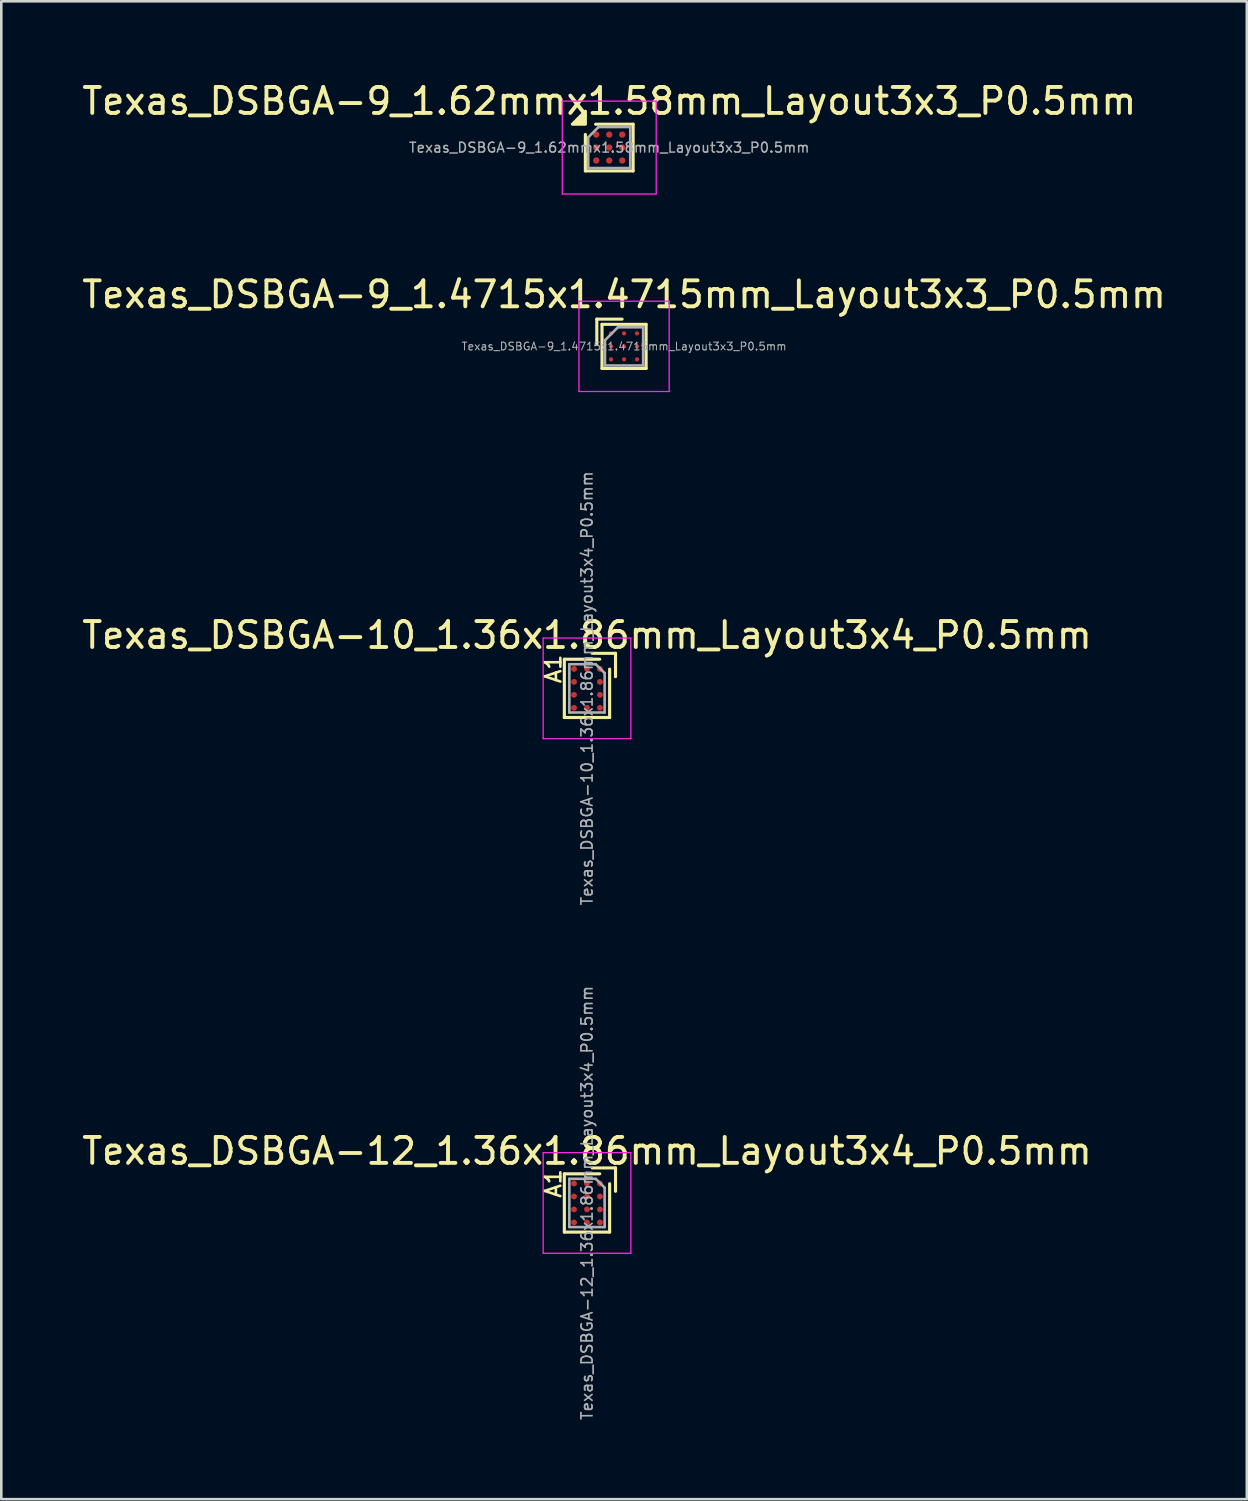
<source format=kicad_pcb>
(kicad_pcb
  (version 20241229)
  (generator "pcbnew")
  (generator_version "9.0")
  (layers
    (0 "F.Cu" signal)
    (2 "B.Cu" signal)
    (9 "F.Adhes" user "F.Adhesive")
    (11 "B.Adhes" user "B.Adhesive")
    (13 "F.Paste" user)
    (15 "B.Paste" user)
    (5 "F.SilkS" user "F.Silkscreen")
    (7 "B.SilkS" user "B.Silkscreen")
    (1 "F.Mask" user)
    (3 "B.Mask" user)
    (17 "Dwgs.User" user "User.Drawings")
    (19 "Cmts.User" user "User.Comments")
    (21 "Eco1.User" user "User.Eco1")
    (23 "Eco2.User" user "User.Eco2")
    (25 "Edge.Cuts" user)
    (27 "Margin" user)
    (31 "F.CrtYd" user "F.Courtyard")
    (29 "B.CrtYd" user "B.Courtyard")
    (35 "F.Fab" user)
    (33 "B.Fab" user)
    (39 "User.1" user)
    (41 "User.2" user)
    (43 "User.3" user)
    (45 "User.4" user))
  (footprint "Texas_DSBGA-10_1.36x1.86mm_Layout3x4_P0.5mm"
    (layer "F.Cu")
    (at 19.577 23.485)
    (property "Reference" "Texas_DSBGA-10_1.36x1.86mm_Layout3x4_P0.5mm" (at 0 -2.05 0) (layer "F.SilkS") (effects (font (size 1 1) (thickness 0.15))))
    (attr smd)
    (fp_line (start -0.873 -1.123) (end -0.873 1.123) (stroke (width 0.12) (type solid)) (layer "F.SilkS"))
    (fp_line (start -0.873 -1.123) (end 0.491 -1.123) (stroke (width 0.12) (type solid)) (layer "F.SilkS"))
    (fp_line (start 0.2 -1.35) (end 1.1 -1.35) (stroke (width 0.12) (type solid)) (layer "F.SilkS"))
    (fp_line (start 0.873 1.123) (end -0.873 1.123) (stroke (width 0.12) (type solid)) (layer "F.SilkS"))
    (fp_line (start 0.873 1.123) (end 0.873 -0.741) (stroke (width 0.12) (type solid)) (layer "F.SilkS"))
    (fp_line (start 1.1 -0.45) (end 1.1 -1.35) (stroke (width 0.12) (type solid)) (layer "F.SilkS"))
    (fp_line (start -1.69 -1.94) (end -1.69 1.94) (stroke (width 0.05) (type solid)) (layer "F.CrtYd"))
    (fp_line (start -1.69 1.94) (end 1.69 1.94) (stroke (width 0.05) (type solid)) (layer "F.CrtYd"))
    (fp_line (start 1.69 -1.94) (end -1.69 -1.94) (stroke (width 0.05) (type solid)) (layer "F.CrtYd"))
    (fp_line (start 1.69 1.94) (end 1.69 -1.94) (stroke (width 0.05) (type solid)) (layer "F.CrtYd"))
    (fp_line (start -0.68 -0.93) (end -0.68 0.93) (stroke (width 0.1) (type solid)) (layer "F.Fab"))
    (fp_line (start -0.68 -0.93) (end 0.34 -0.93) (stroke (width 0.1) (type solid)) (layer "F.Fab"))
    (fp_line (start 0.68 -0.59) (end 0.34 -0.93) (stroke (width 0.1) (type solid)) (layer "F.Fab"))
    (fp_line (start 0.68 0.93) (end -0.68 0.93) (stroke (width 0.1) (type solid)) (layer "F.Fab"))
    (fp_line (start 0.68 0.93) (end 0.68 -0.59) (stroke (width 0.1) (type solid)) (layer "F.Fab"))
    (fp_text user "A1" (at -1.3 -0.75 90) (unlocked yes) (layer "F.SilkS") (effects (font (size 0.6 0.6) (thickness 0.1))))
    (fp_text user "${REFERENCE}" (at 0 0 270) (layer "F.Fab") (effects (font (size 0.43 0.43) (thickness 0.065))))
    (pad "" smd roundrect (at -0.5 -0.75) (size 0.25 0.25) (layers "F.Paste") (roundrect_rratio 0.2))
    (pad "" smd roundrect (at -0.5 -0.25) (size 0.25 0.25) (layers "F.Paste") (roundrect_rratio 0.2))
    (pad "" smd roundrect (at -0.5 0.25) (size 0.25 0.25) (layers "F.Paste") (roundrect_rratio 0.2))
    (pad "" smd roundrect (at -0.5 0.75) (size 0.25 0.25) (layers "F.Paste") (roundrect_rratio 0.2))
    (pad "" smd roundrect (at 0 -0.75) (size 0.25 0.25) (layers "F.Paste") (roundrect_rratio 0.2))
    (pad "" smd roundrect (at 0 0.75) (size 0.25 0.25) (layers "F.Paste") (roundrect_rratio 0.2))
    (pad "" smd roundrect (at 0.5 -0.75) (size 0.25 0.25) (layers "F.Paste") (roundrect_rratio 0.2))
    (pad "" smd roundrect (at 0.5 -0.25) (size 0.25 0.25) (layers "F.Paste") (roundrect_rratio 0.2))
    (pad "" smd roundrect (at 0.5 0.25) (size 0.25 0.25) (layers "F.Paste") (roundrect_rratio 0.2))
    (pad "" smd roundrect (at 0.5 0.75) (size 0.25 0.25) (layers "F.Paste") (roundrect_rratio 0.2))
    (pad "A1" smd circle (at -0.5 -0.75) (size 0.225 0.225) (layers "F.Cu" "F.Mask"))
    (pad "A2" smd circle (at 0 -0.75) (size 0.225 0.225) (layers "F.Cu" "F.Mask"))
    (pad "A3" smd circle (at 0.5 -0.75) (size 0.225 0.225) (layers "F.Cu" "F.Mask"))
    (pad "B1" smd circle (at -0.5 -0.25) (size 0.225 0.225) (layers "F.Cu" "F.Mask"))
    (pad "B3" smd circle (at 0.5 -0.25) (size 0.225 0.225) (layers "F.Cu" "F.Mask"))
    (pad "C1" smd circle (at -0.5 0.25) (size 0.225 0.225) (layers "F.Cu" "F.Mask"))
    (pad "C3" smd circle (at 0.5 0.25) (size 0.225 0.225) (layers "F.Cu" "F.Mask"))
    (pad "D1" smd circle (at -0.5 0.75) (size 0.225 0.225) (layers "F.Cu" "F.Mask"))
    (pad "D2" smd circle (at 0 0.75) (size 0.225 0.225) (layers "F.Cu" "F.Mask"))
    (pad "D3" smd circle (at 0.5 0.75) (size 0.225 0.225) (layers "F.Cu" "F.Mask")))
  (footprint "Texas_DSBGA-12_1.36x1.86mm_Layout3x4_P0.5mm"
    (layer "F.Cu")
    (at 19.577 43.321)
    (property "Reference" "Texas_DSBGA-12_1.36x1.86mm_Layout3x4_P0.5mm" (at 0 -2 0) (layer "F.SilkS") (effects (font (size 1 1) (thickness 0.15))))
    (attr smd)
    (fp_line (start -0.873 -1.123) (end -0.873 1.123) (stroke (width 0.12) (type solid)) (layer "F.SilkS"))
    (fp_line (start -0.873 -1.123) (end 0.491 -1.123) (stroke (width 0.12) (type solid)) (layer "F.SilkS"))
    (fp_line (start 0.2 -1.35) (end 1.1 -1.35) (stroke (width 0.12) (type solid)) (layer "F.SilkS"))
    (fp_line (start 0.873 1.123) (end -0.873 1.123) (stroke (width 0.12) (type solid)) (layer "F.SilkS"))
    (fp_line (start 0.873 1.123) (end 0.873 -0.741) (stroke (width 0.12) (type solid)) (layer "F.SilkS"))
    (fp_line (start 1.1 -0.45) (end 1.1 -1.35) (stroke (width 0.12) (type solid)) (layer "F.SilkS"))
    (fp_line (start -1.69 -1.94) (end -1.69 1.94) (stroke (width 0.05) (type solid)) (layer "F.CrtYd"))
    (fp_line (start -1.69 1.94) (end 1.69 1.94) (stroke (width 0.05) (type solid)) (layer "F.CrtYd"))
    (fp_line (start 1.69 -1.94) (end -1.69 -1.94) (stroke (width 0.05) (type solid)) (layer "F.CrtYd"))
    (fp_line (start 1.69 1.94) (end 1.69 -1.94) (stroke (width 0.05) (type solid)) (layer "F.CrtYd"))
    (fp_line (start -0.68 -0.93) (end -0.68 0.93) (stroke (width 0.1) (type solid)) (layer "F.Fab"))
    (fp_line (start -0.68 -0.93) (end 0.34 -0.93) (stroke (width 0.1) (type solid)) (layer "F.Fab"))
    (fp_line (start 0.68 -0.59) (end 0.34 -0.93) (stroke (width 0.1) (type solid)) (layer "F.Fab"))
    (fp_line (start 0.68 0.93) (end -0.68 0.93) (stroke (width 0.1) (type solid)) (layer "F.Fab"))
    (fp_line (start 0.68 0.93) (end 0.68 -0.59) (stroke (width 0.1) (type solid)) (layer "F.Fab"))
    (fp_text user "A1" (at -1.3 -0.75 90) (unlocked yes) (layer "F.SilkS") (effects (font (size 0.6 0.6) (thickness 0.1))))
    (fp_text user "${REFERENCE}" (at 0 0 270) (layer "F.Fab") (effects (font (size 0.43 0.43) (thickness 0.065))))
    (pad "" smd roundrect (at -0.5 -0.75) (size 0.25 0.25) (layers "F.Paste") (roundrect_rratio 0.2))
    (pad "" smd roundrect (at -0.5 -0.25) (size 0.25 0.25) (layers "F.Paste") (roundrect_rratio 0.2))
    (pad "" smd roundrect (at -0.5 0.25) (size 0.25 0.25) (layers "F.Paste") (roundrect_rratio 0.2))
    (pad "" smd roundrect (at -0.5 0.75) (size 0.25 0.25) (layers "F.Paste") (roundrect_rratio 0.2))
    (pad "" smd roundrect (at 0 -0.75) (size 0.25 0.25) (layers "F.Paste") (roundrect_rratio 0.2))
    (pad "" smd roundrect (at 0 -0.25) (size 0.25 0.25) (layers "F.Paste") (roundrect_rratio 0.2))
    (pad "" smd roundrect (at 0 0.25) (size 0.25 0.25) (layers "F.Paste") (roundrect_rratio 0.2))
    (pad "" smd roundrect (at 0 0.75) (size 0.25 0.25) (layers "F.Paste") (roundrect_rratio 0.2))
    (pad "" smd roundrect (at 0.5 -0.75) (size 0.25 0.25) (layers "F.Paste") (roundrect_rratio 0.2))
    (pad "" smd roundrect (at 0.5 -0.25) (size 0.25 0.25) (layers "F.Paste") (roundrect_rratio 0.2))
    (pad "" smd roundrect (at 0.5 0.25) (size 0.25 0.25) (layers "F.Paste") (roundrect_rratio 0.2))
    (pad "" smd roundrect (at 0.5 0.75) (size 0.25 0.25) (layers "F.Paste") (roundrect_rratio 0.2))
    (pad "A1" smd circle (at -0.5 -0.75) (size 0.225 0.225) (layers "F.Cu" "F.Mask"))
    (pad "A2" smd circle (at 0 -0.75) (size 0.225 0.225) (layers "F.Cu" "F.Mask"))
    (pad "A3" smd circle (at 0.5 -0.75) (size 0.225 0.225) (layers "F.Cu" "F.Mask"))
    (pad "B1" smd circle (at -0.5 -0.25) (size 0.225 0.225) (layers "F.Cu" "F.Mask"))
    (pad "B2" smd circle (at 0 -0.25) (size 0.225 0.225) (layers "F.Cu" "F.Mask"))
    (pad "B3" smd circle (at 0.5 -0.25) (size 0.225 0.225) (layers "F.Cu" "F.Mask"))
    (pad "C1" smd circle (at -0.5 0.25) (size 0.225 0.225) (layers "F.Cu" "F.Mask"))
    (pad "C2" smd circle (at 0 0.25) (size 0.225 0.225) (layers "F.Cu" "F.Mask"))
    (pad "C3" smd circle (at 0.5 0.25) (size 0.225 0.225) (layers "F.Cu" "F.Mask"))
    (pad "D1" smd circle (at -0.5 0.75) (size 0.225 0.225) (layers "F.Cu" "F.Mask"))
    (pad "D2" smd circle (at 0 0.75) (size 0.225 0.225) (layers "F.Cu" "F.Mask"))
    (pad "D3" smd circle (at 0.5 0.75) (size 0.225 0.225) (layers "F.Cu" "F.Mask")))
  (footprint "Texas_DSBGA-9_1.62mmx1.58mm_Layout3x3_P0.5mm"
    (layer "F.Cu")
    (at 20.435 2.638)
    (property "Reference" "Texas_DSBGA-9_1.62mmx1.58mm_Layout3x3_P0.5mm" (at 0 -1.79 0) (layer "F.SilkS") (effects (font (size 1 1) (thickness 0.15))))
    (attr smd)
    (fp_line (start -0.92 0.9) (end -0.92 -0.505) (stroke (width 0.12) (type solid)) (layer "F.SilkS"))
    (fp_line (start -0.525 -0.9) (end 0.92 -0.9) (stroke (width 0.12) (type solid)) (layer "F.SilkS"))
    (fp_line (start 0.92 -0.9) (end 0.92 0.9) (stroke (width 0.12) (type solid)) (layer "F.SilkS"))
    (fp_line (start 0.92 0.9) (end -0.92 0.9) (stroke (width 0.12) (type solid)) (layer "F.SilkS"))
    (fp_poly (pts (xy -0.92 -0.9) (xy -1.42 -0.9) (xy -0.92 -1.4) (xy -0.92 -0.9)) (stroke (width 0.12) (type solid)) (fill yes) (layer "F.SilkS"))
    (fp_line (start -1.81 -1.79) (end -1.81 1.79) (stroke (width 0.05) (type solid)) (layer "F.CrtYd"))
    (fp_line (start -1.81 1.79) (end 1.81 1.79) (stroke (width 0.05) (type solid)) (layer "F.CrtYd"))
    (fp_line (start 1.81 -1.79) (end -1.81 -1.79) (stroke (width 0.05) (type solid)) (layer "F.CrtYd"))
    (fp_line (start 1.81 1.79) (end 1.81 -1.79) (stroke (width 0.05) (type solid)) (layer "F.CrtYd"))
    (fp_line (start -0.81 -0.395) (end -0.415 -0.79) (stroke (width 0.1) (type solid)) (layer "F.Fab"))
    (fp_line (start -0.81 0.79) (end -0.81 -0.395) (stroke (width 0.1) (type solid)) (layer "F.Fab"))
    (fp_line (start -0.415 -0.79) (end 0.81 -0.79) (stroke (width 0.1) (type solid)) (layer "F.Fab"))
    (fp_line (start 0.81 -0.79) (end 0.81 0.79) (stroke (width 0.1) (type solid)) (layer "F.Fab"))
    (fp_line (start 0.81 0.79) (end -0.81 0.79) (stroke (width 0.1) (type solid)) (layer "F.Fab"))
    (fp_text user "${REFERENCE}" (at 0 0 0) (layer "F.Fab") (effects (font (size 0.38 0.38) (thickness 0.057))))
    (pad "A1" smd circle (at -0.5 -0.5) (size 0.245 0.245) (property pad_prop_bga) (layers "F.Cu" "F.Mask" "F.Paste"))
    (pad "A2" smd circle (at 0 -0.5) (size 0.245 0.245) (property pad_prop_bga) (layers "F.Cu" "F.Mask" "F.Paste"))
    (pad "A3" smd circle (at 0.5 -0.5) (size 0.245 0.245) (property pad_prop_bga) (layers "F.Cu" "F.Mask" "F.Paste"))
    (pad "B1" smd circle (at -0.5 0) (size 0.245 0.245) (property pad_prop_bga) (layers "F.Cu" "F.Mask" "F.Paste"))
    (pad "B2" smd circle (at 0 0) (size 0.245 0.245) (property pad_prop_bga) (layers "F.Cu" "F.Mask" "F.Paste"))
    (pad "B3" smd circle (at 0.5 0) (size 0.245 0.245) (property pad_prop_bga) (layers "F.Cu" "F.Mask" "F.Paste"))
    (pad "C1" smd circle (at -0.5 0.5) (size 0.245 0.245) (property pad_prop_bga) (layers "F.Cu" "F.Mask" "F.Paste"))
    (pad "C2" smd circle (at 0 0.5) (size 0.245 0.245) (property pad_prop_bga) (layers "F.Cu" "F.Mask" "F.Paste"))
    (pad "C3" smd circle (at 0.5 0.5) (size 0.245 0.245) (property pad_prop_bga) (layers "F.Cu" "F.Mask" "F.Paste")))
  (footprint "Texas_DSBGA-9_1.4715x1.4715mm_Layout3x3_P0.5mm"
    (layer "F.Cu")
    (at 21.006 10.302)
    (property "Reference" "Texas_DSBGA-9_1.4715x1.4715mm_Layout3x3_P0.5mm" (at 0 -2 0) (layer "F.SilkS") (effects (font (size 1 1) (thickness 0.15))))
    (attr smd)
    (fp_line (start -1.05 -1.05) (end -1.05 -0.075) (stroke (width 0.12) (type solid)) (layer "F.SilkS"))
    (fp_line (start -0.85 -0.85) (end -0.85 0.85) (stroke (width 0.12) (type solid)) (layer "F.SilkS"))
    (fp_line (start -0.85 -0.85) (end 0.85 -0.85) (stroke (width 0.12) (type solid)) (layer "F.SilkS"))
    (fp_line (start -0.075 -1.05) (end -1.05 -1.05) (stroke (width 0.12) (type solid)) (layer "F.SilkS"))
    (fp_line (start 0.85 -0.85) (end 0.85 0.85) (stroke (width 0.12) (type solid)) (layer "F.SilkS"))
    (fp_line (start 0.85 0.85) (end -0.85 0.85) (stroke (width 0.12) (type solid)) (layer "F.SilkS"))
    (fp_line (start -1.74 -1.74) (end -1.74 1.74) (stroke (width 0.05) (type solid)) (layer "F.CrtYd"))
    (fp_line (start -1.74 1.74) (end 1.74 1.74) (stroke (width 0.05) (type solid)) (layer "F.CrtYd"))
    (fp_line (start 1.74 -1.74) (end -1.74 -1.74) (stroke (width 0.05) (type solid)) (layer "F.CrtYd"))
    (fp_line (start 1.74 1.74) (end 1.74 -1.74) (stroke (width 0.05) (type solid)) (layer "F.CrtYd"))
    (fp_line (start -0.736 -0.236) (end -0.736 0.736) (stroke (width 0.1) (type solid)) (layer "F.Fab"))
    (fp_line (start -0.736 -0.236) (end -0.236 -0.736) (stroke (width 0.1) (type solid)) (layer "F.Fab"))
    (fp_line (start -0.736 0.736) (end 0.736 0.736) (stroke (width 0.1) (type solid)) (layer "F.Fab"))
    (fp_line (start 0.736 -0.736) (end -0.236 -0.736) (stroke (width 0.1) (type solid)) (layer "F.Fab"))
    (fp_line (start 0.736 0.736) (end 0.736 -0.736) (stroke (width 0.1) (type solid)) (layer "F.Fab"))
    (fp_text user "${REFERENCE}" (at 0 0 0) (layer "F.Fab") (effects (font (size 0.3 0.3) (thickness 0.04))))
    (pad "" smd rect (at -0.5 -0.5) (size 0.3 0.3) (layers "F.Paste"))
    (pad "" smd rect (at -0.5 0) (size 0.3 0.3) (layers "F.Paste"))
    (pad "" smd rect (at -0.5 0.5) (size 0.3 0.3) (layers "F.Paste"))
    (pad "" smd rect (at 0 -0.5) (size 0.3 0.3) (layers "F.Paste"))
    (pad "" smd rect (at 0 0) (size 0.3 0.3) (layers "F.Paste"))
    (pad "" smd rect (at 0 0.5) (size 0.3 0.3) (layers "F.Paste"))
    (pad "" smd rect (at 0.5 -0.5) (size 0.3 0.3) (layers "F.Paste"))
    (pad "" smd rect (at 0.5 0) (size 0.3 0.3) (layers "F.Paste"))
    (pad "" smd rect (at 0.5 0.5) (size 0.3 0.3) (layers "F.Paste"))
    (pad "A1" smd circle (at -0.5 -0.5) (size 0.165 0.165) (layers "F.Cu" "F.Mask"))
    (pad "A2" smd circle (at 0 -0.5) (size 0.165 0.165) (layers "F.Cu" "F.Mask"))
    (pad "A3" smd circle (at 0.5 -0.5) (size 0.165 0.165) (layers "F.Cu" "F.Mask"))
    (pad "B1" smd circle (at -0.5 0) (size 0.165 0.165) (layers "F.Cu" "F.Mask"))
    (pad "B2" smd circle (at 0 0) (size 0.165 0.165) (layers "F.Cu" "F.Mask"))
    (pad "B3" smd circle (at 0.5 0) (size 0.165 0.165) (layers "F.Cu" "F.Mask" "F.Paste"))
    (pad "C1" smd circle (at -0.5 0.5) (size 0.165 0.165) (layers "F.Cu" "F.Mask"))
    (pad "C2" smd circle (at 0 0.5) (size 0.165 0.165) (layers "F.Cu" "F.Mask"))
    (pad "C3" smd circle (at 0.5 0.5) (size 0.165 0.165) (layers "F.Cu" "F.Mask")))
  (gr_rect
    (start -3 -3)
    (end 45.012 54.74)
    (stroke (width 0.1) (type default))
    (fill no)
    (layer "Edge.Cuts")))
</source>
